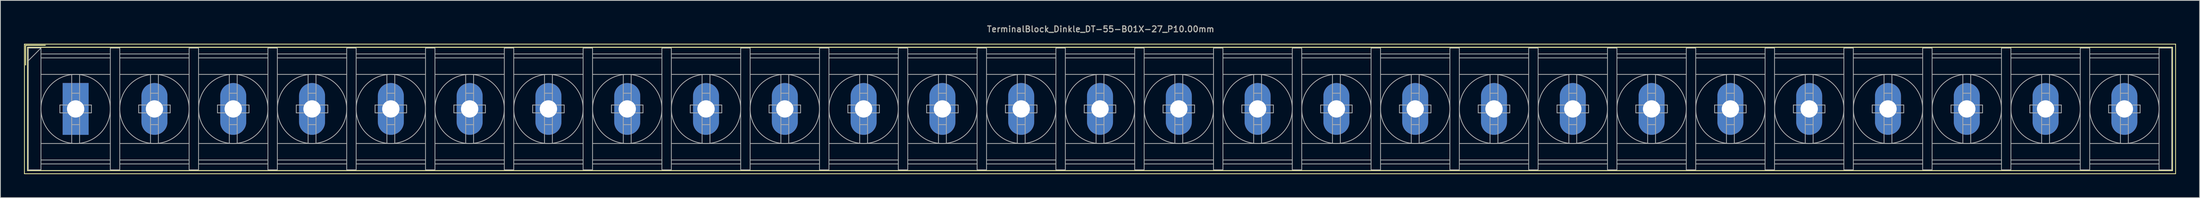
<source format=kicad_pcb>
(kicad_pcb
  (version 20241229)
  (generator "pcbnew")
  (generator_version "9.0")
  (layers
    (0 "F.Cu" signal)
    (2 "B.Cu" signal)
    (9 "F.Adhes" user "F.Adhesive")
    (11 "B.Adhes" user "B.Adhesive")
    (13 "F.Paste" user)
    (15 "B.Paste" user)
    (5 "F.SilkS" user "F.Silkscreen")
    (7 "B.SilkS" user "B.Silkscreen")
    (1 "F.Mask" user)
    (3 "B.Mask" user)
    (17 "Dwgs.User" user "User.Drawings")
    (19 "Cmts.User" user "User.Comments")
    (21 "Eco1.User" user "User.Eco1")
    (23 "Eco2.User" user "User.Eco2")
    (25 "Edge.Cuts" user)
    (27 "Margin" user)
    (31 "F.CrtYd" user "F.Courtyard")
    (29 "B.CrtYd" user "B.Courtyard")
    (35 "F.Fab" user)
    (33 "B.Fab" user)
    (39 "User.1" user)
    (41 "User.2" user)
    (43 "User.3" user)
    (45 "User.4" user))
  (footprint "TerminalBlock_Dinkle_DT-55-B01X-27_P10.00mm"
    (layer "F.Cu")
    (at 6.55 10.818)
    (property "Reference" "TerminalBlock_Dinkle_DT-55-B01X-27_P10.00mm" (at 130.08 -10.16 0) (layer "F.SilkS") (effects (font (size 0.75 0.75) (thickness 0.125))))
    (attr through_hole)
    (fp_line (start -6.5 -8.25) (end 266.5 -8.25) (stroke (width 0.1) (type solid)) (layer "F.SilkS"))
    (fp_line (start -6.5 8.25) (end -6.5 -8.25) (stroke (width 0.1) (type solid)) (layer "F.SilkS"))
    (fp_line (start -6.5 8.25) (end 266.5 8.25) (stroke (width 0.1) (type solid)) (layer "F.SilkS"))
    (fp_line (start -6.35 -8.1) (end -3.85 -8.1) (stroke (width 0.12) (type solid)) (layer "F.SilkS"))
    (fp_line (start -6.35 -5.6) (end -6.35 -8.1) (stroke (width 0.12) (type solid)) (layer "F.SilkS"))
    (fp_line (start -6.1 -7.85) (end 266.1 -7.85) (stroke (width 0.12) (type solid)) (layer "F.SilkS"))
    (fp_line (start -6.1 7.85) (end -6.1 -7.85) (stroke (width 0.12) (type solid)) (layer "F.SilkS"))
    (fp_line (start -6.1 7.85) (end 266.1 7.85) (stroke (width 0.12) (type solid)) (layer "F.SilkS"))
    (fp_line (start 266.1 -7.85) (end 266.1 7.85) (stroke (width 0.12) (type solid)) (layer "F.SilkS"))
    (fp_line (start 266.5 -8.25) (end 266.5 8.25) (stroke (width 0.1) (type solid)) (layer "F.SilkS"))
    (fp_line (start -6 -7.75) (end -6 7.75) (stroke (width 0.1) (type solid)) (layer "F.Fab"))
    (fp_line (start -6 -7.75) (end -4.4 -7.75) (stroke (width 0.1) (type solid)) (layer "F.Fab"))
    (fp_line (start -6 7.75) (end -4.4 7.75) (stroke (width 0.1) (type solid)) (layer "F.Fab"))
    (fp_line (start -4.4 -7.75) (end -6 -6.15) (stroke (width 0.1) (type solid)) (layer "F.Fab"))
    (fp_line (start -4.4 -7.75) (end -4.4 7.75) (stroke (width 0.1) (type solid)) (layer "F.Fab"))
    (fp_line (start -4.4 -7) (end 4.4 -7) (stroke (width 0.1) (type solid)) (layer "F.Fab"))
    (fp_line (start -4.4 -6.5) (end 4.4 -6.5) (stroke (width 0.1) (type solid)) (layer "F.Fab"))
    (fp_line (start -4.4 -4.4) (end 4.4 -4.4) (stroke (width 0.1) (type solid)) (layer "F.Fab"))
    (fp_line (start -4.4 4.4) (end 4.4 4.4) (stroke (width 0.1) (type solid)) (layer "F.Fab"))
    (fp_line (start -4.4 6.5) (end 4.4 6.5) (stroke (width 0.1) (type solid)) (layer "F.Fab"))
    (fp_line (start -4.4 7) (end 4.4 7) (stroke (width 0.1) (type solid)) (layer "F.Fab"))
    (fp_line (start -2 -0.5) (end -2 0.5) (stroke (width 0.1) (type solid)) (layer "F.Fab"))
    (fp_line (start -2 0.5) (end -0.5 0.5) (stroke (width 0.1) (type solid)) (layer "F.Fab"))
    (fp_line (start -0.5 -4.35) (end -0.5 -0.5) (stroke (width 0.1) (type solid)) (layer "F.Fab"))
    (fp_line (start -0.5 -2) (end 0.5 -2) (stroke (width 0.1) (type solid)) (layer "F.Fab"))
    (fp_line (start -0.5 -0.5) (end -2 -0.5) (stroke (width 0.1) (type solid)) (layer "F.Fab"))
    (fp_line (start -0.5 0.5) (end -0.5 4.35) (stroke (width 0.1) (type solid)) (layer "F.Fab"))
    (fp_line (start -0.5 2) (end 0.5 2) (stroke (width 0.1) (type solid)) (layer "F.Fab"))
    (fp_line (start 0.5 -4.35) (end 0.5 -0.5) (stroke (width 0.1) (type solid)) (layer "F.Fab"))
    (fp_line (start 0.5 -0.5) (end 2 -0.5) (stroke (width 0.1) (type solid)) (layer "F.Fab"))
    (fp_line (start 0.5 0.5) (end 0.5 4.35) (stroke (width 0.1) (type solid)) (layer "F.Fab"))
    (fp_line (start 2 -0.5) (end 2 0.5) (stroke (width 0.1) (type solid)) (layer "F.Fab"))
    (fp_line (start 2 0.5) (end 0.5 0.5) (stroke (width 0.1) (type solid)) (layer "F.Fab"))
    (fp_line (start 4.4 -7.75) (end 4.4 7.75) (stroke (width 0.1) (type solid)) (layer "F.Fab"))
    (fp_line (start 4.4 -7.75) (end 5.6 -7.75) (stroke (width 0.1) (type solid)) (layer "F.Fab"))
    (fp_line (start 4.4 7.75) (end 5.6 7.75) (stroke (width 0.1) (type solid)) (layer "F.Fab"))
    (fp_line (start 5.6 -7.75) (end 5.6 7.75) (stroke (width 0.1) (type solid)) (layer "F.Fab"))
    (fp_line (start 5.6 -7) (end 14.4 -7) (stroke (width 0.1) (type solid)) (layer "F.Fab"))
    (fp_line (start 5.6 -6.5) (end 14.4 -6.5) (stroke (width 0.1) (type solid)) (layer "F.Fab"))
    (fp_line (start 5.6 -4.4) (end 14.4 -4.4) (stroke (width 0.1) (type solid)) (layer "F.Fab"))
    (fp_line (start 5.6 4.4) (end 14.4 4.4) (stroke (width 0.1) (type solid)) (layer "F.Fab"))
    (fp_line (start 5.6 6.5) (end 14.4 6.5) (stroke (width 0.1) (type solid)) (layer "F.Fab"))
    (fp_line (start 5.6 7) (end 14.4 7) (stroke (width 0.1) (type solid)) (layer "F.Fab"))
    (fp_line (start 8 -0.5) (end 8 0.5) (stroke (width 0.1) (type solid)) (layer "F.Fab"))
    (fp_line (start 8 0.5) (end 9.5 0.5) (stroke (width 0.1) (type solid)) (layer "F.Fab"))
    (fp_line (start 9.5 -4.35) (end 9.5 -0.5) (stroke (width 0.1) (type solid)) (layer "F.Fab"))
    (fp_line (start 9.5 -2) (end 10.5 -2) (stroke (width 0.1) (type solid)) (layer "F.Fab"))
    (fp_line (start 9.5 -0.5) (end 8 -0.5) (stroke (width 0.1) (type solid)) (layer "F.Fab"))
    (fp_line (start 9.5 0.5) (end 9.5 4.35) (stroke (width 0.1) (type solid)) (layer "F.Fab"))
    (fp_line (start 9.5 2) (end 10.5 2) (stroke (width 0.1) (type solid)) (layer "F.Fab"))
    (fp_line (start 10.5 -4.35) (end 10.5 -0.5) (stroke (width 0.1) (type solid)) (layer "F.Fab"))
    (fp_line (start 10.5 -0.5) (end 12 -0.5) (stroke (width 0.1) (type solid)) (layer "F.Fab"))
    (fp_line (start 10.5 0.5) (end 10.5 4.35) (stroke (width 0.1) (type solid)) (layer "F.Fab"))
    (fp_line (start 12 -0.5) (end 12 0.5) (stroke (width 0.1) (type solid)) (layer "F.Fab"))
    (fp_line (start 12 0.5) (end 10.5 0.5) (stroke (width 0.1) (type solid)) (layer "F.Fab"))
    (fp_line (start 14.4 -7.75) (end 14.4 7.75) (stroke (width 0.1) (type solid)) (layer "F.Fab"))
    (fp_line (start 14.4 -7.75) (end 15.6 -7.75) (stroke (width 0.1) (type solid)) (layer "F.Fab"))
    (fp_line (start 14.4 7.75) (end 15.6 7.75) (stroke (width 0.1) (type solid)) (layer "F.Fab"))
    (fp_line (start 15.6 -7.75) (end 15.6 7.75) (stroke (width 0.1) (type solid)) (layer "F.Fab"))
    (fp_line (start 15.6 -7) (end 24.4 -7) (stroke (width 0.1) (type solid)) (layer "F.Fab"))
    (fp_line (start 15.6 -6.5) (end 24.4 -6.5) (stroke (width 0.1) (type solid)) (layer "F.Fab"))
    (fp_line (start 15.6 -4.4) (end 24.4 -4.4) (stroke (width 0.1) (type solid)) (layer "F.Fab"))
    (fp_line (start 15.6 4.4) (end 24.4 4.4) (stroke (width 0.1) (type solid)) (layer "F.Fab"))
    (fp_line (start 15.6 6.5) (end 24.4 6.5) (stroke (width 0.1) (type solid)) (layer "F.Fab"))
    (fp_line (start 15.6 7) (end 24.4 7) (stroke (width 0.1) (type solid)) (layer "F.Fab"))
    (fp_line (start 18 -0.5) (end 18 0.5) (stroke (width 0.1) (type solid)) (layer "F.Fab"))
    (fp_line (start 18 0.5) (end 19.5 0.5) (stroke (width 0.1) (type solid)) (layer "F.Fab"))
    (fp_line (start 19.5 -4.35) (end 19.5 -0.5) (stroke (width 0.1) (type solid)) (layer "F.Fab"))
    (fp_line (start 19.5 -2) (end 20.5 -2) (stroke (width 0.1) (type solid)) (layer "F.Fab"))
    (fp_line (start 19.5 -0.5) (end 18 -0.5) (stroke (width 0.1) (type solid)) (layer "F.Fab"))
    (fp_line (start 19.5 0.5) (end 19.5 4.35) (stroke (width 0.1) (type solid)) (layer "F.Fab"))
    (fp_line (start 19.5 2) (end 20.5 2) (stroke (width 0.1) (type solid)) (layer "F.Fab"))
    (fp_line (start 20.5 -4.35) (end 20.5 -0.5) (stroke (width 0.1) (type solid)) (layer "F.Fab"))
    (fp_line (start 20.5 -0.5) (end 22 -0.5) (stroke (width 0.1) (type solid)) (layer "F.Fab"))
    (fp_line (start 20.5 0.5) (end 20.5 4.35) (stroke (width 0.1) (type solid)) (layer "F.Fab"))
    (fp_line (start 22 -0.5) (end 22 0.5) (stroke (width 0.1) (type solid)) (layer "F.Fab"))
    (fp_line (start 22 0.5) (end 20.5 0.5) (stroke (width 0.1) (type solid)) (layer "F.Fab"))
    (fp_line (start 24.4 -7.75) (end 24.4 7.75) (stroke (width 0.1) (type solid)) (layer "F.Fab"))
    (fp_line (start 24.4 -7.75) (end 25.6 -7.75) (stroke (width 0.1) (type solid)) (layer "F.Fab"))
    (fp_line (start 24.4 7.75) (end 25.6 7.75) (stroke (width 0.1) (type solid)) (layer "F.Fab"))
    (fp_line (start 25.6 -7.75) (end 25.6 7.75) (stroke (width 0.1) (type solid)) (layer "F.Fab"))
    (fp_line (start 25.6 -7) (end 34.4 -7) (stroke (width 0.1) (type solid)) (layer "F.Fab"))
    (fp_line (start 25.6 -6.5) (end 34.4 -6.5) (stroke (width 0.1) (type solid)) (layer "F.Fab"))
    (fp_line (start 25.6 -4.4) (end 34.4 -4.4) (stroke (width 0.1) (type solid)) (layer "F.Fab"))
    (fp_line (start 25.6 4.4) (end 34.4 4.4) (stroke (width 0.1) (type solid)) (layer "F.Fab"))
    (fp_line (start 25.6 6.5) (end 34.4 6.5) (stroke (width 0.1) (type solid)) (layer "F.Fab"))
    (fp_line (start 25.6 7) (end 34.4 7) (stroke (width 0.1) (type solid)) (layer "F.Fab"))
    (fp_line (start 28 -0.5) (end 28 0.5) (stroke (width 0.1) (type solid)) (layer "F.Fab"))
    (fp_line (start 28 0.5) (end 29.5 0.5) (stroke (width 0.1) (type solid)) (layer "F.Fab"))
    (fp_line (start 29.5 -4.35) (end 29.5 -0.5) (stroke (width 0.1) (type solid)) (layer "F.Fab"))
    (fp_line (start 29.5 -2) (end 30.5 -2) (stroke (width 0.1) (type solid)) (layer "F.Fab"))
    (fp_line (start 29.5 -0.5) (end 28 -0.5) (stroke (width 0.1) (type solid)) (layer "F.Fab"))
    (fp_line (start 29.5 0.5) (end 29.5 4.35) (stroke (width 0.1) (type solid)) (layer "F.Fab"))
    (fp_line (start 29.5 2) (end 30.5 2) (stroke (width 0.1) (type solid)) (layer "F.Fab"))
    (fp_line (start 30.5 -4.35) (end 30.5 -0.5) (stroke (width 0.1) (type solid)) (layer "F.Fab"))
    (fp_line (start 30.5 -0.5) (end 32 -0.5) (stroke (width 0.1) (type solid)) (layer "F.Fab"))
    (fp_line (start 30.5 0.5) (end 30.5 4.35) (stroke (width 0.1) (type solid)) (layer "F.Fab"))
    (fp_line (start 32 -0.5) (end 32 0.5) (stroke (width 0.1) (type solid)) (layer "F.Fab"))
    (fp_line (start 32 0.5) (end 30.5 0.5) (stroke (width 0.1) (type solid)) (layer "F.Fab"))
    (fp_line (start 34.4 -7.75) (end 34.4 7.75) (stroke (width 0.1) (type solid)) (layer "F.Fab"))
    (fp_line (start 34.4 -7.75) (end 35.6 -7.75) (stroke (width 0.1) (type solid)) (layer "F.Fab"))
    (fp_line (start 34.4 7.75) (end 35.6 7.75) (stroke (width 0.1) (type solid)) (layer "F.Fab"))
    (fp_line (start 35.6 -7.75) (end 35.6 7.75) (stroke (width 0.1) (type solid)) (layer "F.Fab"))
    (fp_line (start 35.6 -7) (end 44.4 -7) (stroke (width 0.1) (type solid)) (layer "F.Fab"))
    (fp_line (start 35.6 -6.5) (end 44.4 -6.5) (stroke (width 0.1) (type solid)) (layer "F.Fab"))
    (fp_line (start 35.6 -4.4) (end 44.4 -4.4) (stroke (width 0.1) (type solid)) (layer "F.Fab"))
    (fp_line (start 35.6 4.4) (end 44.4 4.4) (stroke (width 0.1) (type solid)) (layer "F.Fab"))
    (fp_line (start 35.6 6.5) (end 44.4 6.5) (stroke (width 0.1) (type solid)) (layer "F.Fab"))
    (fp_line (start 35.6 7) (end 44.4 7) (stroke (width 0.1) (type solid)) (layer "F.Fab"))
    (fp_line (start 38 -0.5) (end 38 0.5) (stroke (width 0.1) (type solid)) (layer "F.Fab"))
    (fp_line (start 38 0.5) (end 39.5 0.5) (stroke (width 0.1) (type solid)) (layer "F.Fab"))
    (fp_line (start 39.5 -4.35) (end 39.5 -0.5) (stroke (width 0.1) (type solid)) (layer "F.Fab"))
    (fp_line (start 39.5 -2) (end 40.5 -2) (stroke (width 0.1) (type solid)) (layer "F.Fab"))
    (fp_line (start 39.5 -0.5) (end 38 -0.5) (stroke (width 0.1) (type solid)) (layer "F.Fab"))
    (fp_line (start 39.5 0.5) (end 39.5 4.35) (stroke (width 0.1) (type solid)) (layer "F.Fab"))
    (fp_line (start 39.5 2) (end 40.5 2) (stroke (width 0.1) (type solid)) (layer "F.Fab"))
    (fp_line (start 40.5 -4.35) (end 40.5 -0.5) (stroke (width 0.1) (type solid)) (layer "F.Fab"))
    (fp_line (start 40.5 -0.5) (end 42 -0.5) (stroke (width 0.1) (type solid)) (layer "F.Fab"))
    (fp_line (start 40.5 0.5) (end 40.5 4.35) (stroke (width 0.1) (type solid)) (layer "F.Fab"))
    (fp_line (start 42 -0.5) (end 42 0.5) (stroke (width 0.1) (type solid)) (layer "F.Fab"))
    (fp_line (start 42 0.5) (end 40.5 0.5) (stroke (width 0.1) (type solid)) (layer "F.Fab"))
    (fp_line (start 44.4 -7.75) (end 44.4 7.75) (stroke (width 0.1) (type solid)) (layer "F.Fab"))
    (fp_line (start 44.4 -7.75) (end 45.6 -7.75) (stroke (width 0.1) (type solid)) (layer "F.Fab"))
    (fp_line (start 44.4 7.75) (end 45.6 7.75) (stroke (width 0.1) (type solid)) (layer "F.Fab"))
    (fp_line (start 45.6 -7.75) (end 45.6 7.75) (stroke (width 0.1) (type solid)) (layer "F.Fab"))
    (fp_line (start 45.6 -7) (end 54.4 -7) (stroke (width 0.1) (type solid)) (layer "F.Fab"))
    (fp_line (start 45.6 -6.5) (end 54.4 -6.5) (stroke (width 0.1) (type solid)) (layer "F.Fab"))
    (fp_line (start 45.6 -4.4) (end 54.4 -4.4) (stroke (width 0.1) (type solid)) (layer "F.Fab"))
    (fp_line (start 45.6 4.4) (end 54.4 4.4) (stroke (width 0.1) (type solid)) (layer "F.Fab"))
    (fp_line (start 45.6 6.5) (end 54.4 6.5) (stroke (width 0.1) (type solid)) (layer "F.Fab"))
    (fp_line (start 45.6 7) (end 54.4 7) (stroke (width 0.1) (type solid)) (layer "F.Fab"))
    (fp_line (start 48 -0.5) (end 48 0.5) (stroke (width 0.1) (type solid)) (layer "F.Fab"))
    (fp_line (start 48 0.5) (end 49.5 0.5) (stroke (width 0.1) (type solid)) (layer "F.Fab"))
    (fp_line (start 49.5 -4.35) (end 49.5 -0.5) (stroke (width 0.1) (type solid)) (layer "F.Fab"))
    (fp_line (start 49.5 -2) (end 50.5 -2) (stroke (width 0.1) (type solid)) (layer "F.Fab"))
    (fp_line (start 49.5 -0.5) (end 48 -0.5) (stroke (width 0.1) (type solid)) (layer "F.Fab"))
    (fp_line (start 49.5 0.5) (end 49.5 4.35) (stroke (width 0.1) (type solid)) (layer "F.Fab"))
    (fp_line (start 49.5 2) (end 50.5 2) (stroke (width 0.1) (type solid)) (layer "F.Fab"))
    (fp_line (start 50.5 -4.35) (end 50.5 -0.5) (stroke (width 0.1) (type solid)) (layer "F.Fab"))
    (fp_line (start 50.5 -0.5) (end 52 -0.5) (stroke (width 0.1) (type solid)) (layer "F.Fab"))
    (fp_line (start 50.5 0.5) (end 50.5 4.35) (stroke (width 0.1) (type solid)) (layer "F.Fab"))
    (fp_line (start 52 -0.5) (end 52 0.5) (stroke (width 0.1) (type solid)) (layer "F.Fab"))
    (fp_line (start 52 0.5) (end 50.5 0.5) (stroke (width 0.1) (type solid)) (layer "F.Fab"))
    (fp_line (start 54.4 -7.75) (end 54.4 7.75) (stroke (width 0.1) (type solid)) (layer "F.Fab"))
    (fp_line (start 54.4 -7.75) (end 55.6 -7.75) (stroke (width 0.1) (type solid)) (layer "F.Fab"))
    (fp_line (start 54.4 7.75) (end 55.6 7.75) (stroke (width 0.1) (type solid)) (layer "F.Fab"))
    (fp_line (start 55.6 -7.75) (end 55.6 7.75) (stroke (width 0.1) (type solid)) (layer "F.Fab"))
    (fp_line (start 55.6 -7) (end 64.4 -7) (stroke (width 0.1) (type solid)) (layer "F.Fab"))
    (fp_line (start 55.6 -6.5) (end 64.4 -6.5) (stroke (width 0.1) (type solid)) (layer "F.Fab"))
    (fp_line (start 55.6 -4.4) (end 64.4 -4.4) (stroke (width 0.1) (type solid)) (layer "F.Fab"))
    (fp_line (start 55.6 4.4) (end 64.4 4.4) (stroke (width 0.1) (type solid)) (layer "F.Fab"))
    (fp_line (start 55.6 6.5) (end 64.4 6.5) (stroke (width 0.1) (type solid)) (layer "F.Fab"))
    (fp_line (start 55.6 7) (end 64.4 7) (stroke (width 0.1) (type solid)) (layer "F.Fab"))
    (fp_line (start 58 -0.5) (end 58 0.5) (stroke (width 0.1) (type solid)) (layer "F.Fab"))
    (fp_line (start 58 0.5) (end 59.5 0.5) (stroke (width 0.1) (type solid)) (layer "F.Fab"))
    (fp_line (start 59.5 -4.35) (end 59.5 -0.5) (stroke (width 0.1) (type solid)) (layer "F.Fab"))
    (fp_line (start 59.5 -2) (end 60.5 -2) (stroke (width 0.1) (type solid)) (layer "F.Fab"))
    (fp_line (start 59.5 -0.5) (end 58 -0.5) (stroke (width 0.1) (type solid)) (layer "F.Fab"))
    (fp_line (start 59.5 0.5) (end 59.5 4.35) (stroke (width 0.1) (type solid)) (layer "F.Fab"))
    (fp_line (start 59.5 2) (end 60.5 2) (stroke (width 0.1) (type solid)) (layer "F.Fab"))
    (fp_line (start 60.5 -4.35) (end 60.5 -0.5) (stroke (width 0.1) (type solid)) (layer "F.Fab"))
    (fp_line (start 60.5 -0.5) (end 62 -0.5) (stroke (width 0.1) (type solid)) (layer "F.Fab"))
    (fp_line (start 60.5 0.5) (end 60.5 4.35) (stroke (width 0.1) (type solid)) (layer "F.Fab"))
    (fp_line (start 62 -0.5) (end 62 0.5) (stroke (width 0.1) (type solid)) (layer "F.Fab"))
    (fp_line (start 62 0.5) (end 60.5 0.5) (stroke (width 0.1) (type solid)) (layer "F.Fab"))
    (fp_line (start 64.4 -7.75) (end 64.4 7.75) (stroke (width 0.1) (type solid)) (layer "F.Fab"))
    (fp_line (start 64.4 -7.75) (end 65.6 -7.75) (stroke (width 0.1) (type solid)) (layer "F.Fab"))
    (fp_line (start 64.4 7.75) (end 65.6 7.75) (stroke (width 0.1) (type solid)) (layer "F.Fab"))
    (fp_line (start 65.6 -7.75) (end 65.6 7.75) (stroke (width 0.1) (type solid)) (layer "F.Fab"))
    (fp_line (start 65.6 -7) (end 74.4 -7) (stroke (width 0.1) (type solid)) (layer "F.Fab"))
    (fp_line (start 65.6 -6.5) (end 74.4 -6.5) (stroke (width 0.1) (type solid)) (layer "F.Fab"))
    (fp_line (start 65.6 -4.4) (end 74.4 -4.4) (stroke (width 0.1) (type solid)) (layer "F.Fab"))
    (fp_line (start 65.6 4.4) (end 74.4 4.4) (stroke (width 0.1) (type solid)) (layer "F.Fab"))
    (fp_line (start 65.6 6.5) (end 74.4 6.5) (stroke (width 0.1) (type solid)) (layer "F.Fab"))
    (fp_line (start 65.6 7) (end 74.4 7) (stroke (width 0.1) (type solid)) (layer "F.Fab"))
    (fp_line (start 68 -0.5) (end 68 0.5) (stroke (width 0.1) (type solid)) (layer "F.Fab"))
    (fp_line (start 68 0.5) (end 69.5 0.5) (stroke (width 0.1) (type solid)) (layer "F.Fab"))
    (fp_line (start 69.5 -4.35) (end 69.5 -0.5) (stroke (width 0.1) (type solid)) (layer "F.Fab"))
    (fp_line (start 69.5 -2) (end 70.5 -2) (stroke (width 0.1) (type solid)) (layer "F.Fab"))
    (fp_line (start 69.5 -0.5) (end 68 -0.5) (stroke (width 0.1) (type solid)) (layer "F.Fab"))
    (fp_line (start 69.5 0.5) (end 69.5 4.35) (stroke (width 0.1) (type solid)) (layer "F.Fab"))
    (fp_line (start 69.5 2) (end 70.5 2) (stroke (width 0.1) (type solid)) (layer "F.Fab"))
    (fp_line (start 70.5 -4.35) (end 70.5 -0.5) (stroke (width 0.1) (type solid)) (layer "F.Fab"))
    (fp_line (start 70.5 -0.5) (end 72 -0.5) (stroke (width 0.1) (type solid)) (layer "F.Fab"))
    (fp_line (start 70.5 0.5) (end 70.5 4.35) (stroke (width 0.1) (type solid)) (layer "F.Fab"))
    (fp_line (start 72 -0.5) (end 72 0.5) (stroke (width 0.1) (type solid)) (layer "F.Fab"))
    (fp_line (start 72 0.5) (end 70.5 0.5) (stroke (width 0.1) (type solid)) (layer "F.Fab"))
    (fp_line (start 74.4 -7.75) (end 74.4 7.75) (stroke (width 0.1) (type solid)) (layer "F.Fab"))
    (fp_line (start 74.4 -7.75) (end 75.6 -7.75) (stroke (width 0.1) (type solid)) (layer "F.Fab"))
    (fp_line (start 74.4 7.75) (end 75.6 7.75) (stroke (width 0.1) (type solid)) (layer "F.Fab"))
    (fp_line (start 75.6 -7.75) (end 75.6 7.75) (stroke (width 0.1) (type solid)) (layer "F.Fab"))
    (fp_line (start 75.6 -7) (end 84.4 -7) (stroke (width 0.1) (type solid)) (layer "F.Fab"))
    (fp_line (start 75.6 -6.5) (end 84.4 -6.5) (stroke (width 0.1) (type solid)) (layer "F.Fab"))
    (fp_line (start 75.6 -4.4) (end 84.4 -4.4) (stroke (width 0.1) (type solid)) (layer "F.Fab"))
    (fp_line (start 75.6 4.4) (end 84.4 4.4) (stroke (width 0.1) (type solid)) (layer "F.Fab"))
    (fp_line (start 75.6 6.5) (end 84.4 6.5) (stroke (width 0.1) (type solid)) (layer "F.Fab"))
    (fp_line (start 75.6 7) (end 84.4 7) (stroke (width 0.1) (type solid)) (layer "F.Fab"))
    (fp_line (start 78 -0.5) (end 78 0.5) (stroke (width 0.1) (type solid)) (layer "F.Fab"))
    (fp_line (start 78 0.5) (end 79.5 0.5) (stroke (width 0.1) (type solid)) (layer "F.Fab"))
    (fp_line (start 79.5 -4.35) (end 79.5 -0.5) (stroke (width 0.1) (type solid)) (layer "F.Fab"))
    (fp_line (start 79.5 -2) (end 80.5 -2) (stroke (width 0.1) (type solid)) (layer "F.Fab"))
    (fp_line (start 79.5 -0.5) (end 78 -0.5) (stroke (width 0.1) (type solid)) (layer "F.Fab"))
    (fp_line (start 79.5 0.5) (end 79.5 4.35) (stroke (width 0.1) (type solid)) (layer "F.Fab"))
    (fp_line (start 79.5 2) (end 80.5 2) (stroke (width 0.1) (type solid)) (layer "F.Fab"))
    (fp_line (start 80.5 -4.35) (end 80.5 -0.5) (stroke (width 0.1) (type solid)) (layer "F.Fab"))
    (fp_line (start 80.5 -0.5) (end 82 -0.5) (stroke (width 0.1) (type solid)) (layer "F.Fab"))
    (fp_line (start 80.5 0.5) (end 80.5 4.35) (stroke (width 0.1) (type solid)) (layer "F.Fab"))
    (fp_line (start 82 -0.5) (end 82 0.5) (stroke (width 0.1) (type solid)) (layer "F.Fab"))
    (fp_line (start 82 0.5) (end 80.5 0.5) (stroke (width 0.1) (type solid)) (layer "F.Fab"))
    (fp_line (start 84.4 -7.75) (end 84.4 7.75) (stroke (width 0.1) (type solid)) (layer "F.Fab"))
    (fp_line (start 84.4 -7.75) (end 85.6 -7.75) (stroke (width 0.1) (type solid)) (layer "F.Fab"))
    (fp_line (start 84.4 7.75) (end 85.6 7.75) (stroke (width 0.1) (type solid)) (layer "F.Fab"))
    (fp_line (start 85.6 -7.75) (end 85.6 7.75) (stroke (width 0.1) (type solid)) (layer "F.Fab"))
    (fp_line (start 85.6 -7) (end 94.4 -7) (stroke (width 0.1) (type solid)) (layer "F.Fab"))
    (fp_line (start 85.6 -6.5) (end 94.4 -6.5) (stroke (width 0.1) (type solid)) (layer "F.Fab"))
    (fp_line (start 85.6 -4.4) (end 94.4 -4.4) (stroke (width 0.1) (type solid)) (layer "F.Fab"))
    (fp_line (start 85.6 4.4) (end 94.4 4.4) (stroke (width 0.1) (type solid)) (layer "F.Fab"))
    (fp_line (start 85.6 6.5) (end 94.4 6.5) (stroke (width 0.1) (type solid)) (layer "F.Fab"))
    (fp_line (start 85.6 7) (end 94.4 7) (stroke (width 0.1) (type solid)) (layer "F.Fab"))
    (fp_line (start 88 -0.5) (end 88 0.5) (stroke (width 0.1) (type solid)) (layer "F.Fab"))
    (fp_line (start 88 0.5) (end 89.5 0.5) (stroke (width 0.1) (type solid)) (layer "F.Fab"))
    (fp_line (start 89.5 -4.35) (end 89.5 -0.5) (stroke (width 0.1) (type solid)) (layer "F.Fab"))
    (fp_line (start 89.5 -2) (end 90.5 -2) (stroke (width 0.1) (type solid)) (layer "F.Fab"))
    (fp_line (start 89.5 -0.5) (end 88 -0.5) (stroke (width 0.1) (type solid)) (layer "F.Fab"))
    (fp_line (start 89.5 0.5) (end 89.5 4.35) (stroke (width 0.1) (type solid)) (layer "F.Fab"))
    (fp_line (start 89.5 2) (end 90.5 2) (stroke (width 0.1) (type solid)) (layer "F.Fab"))
    (fp_line (start 90.5 -4.35) (end 90.5 -0.5) (stroke (width 0.1) (type solid)) (layer "F.Fab"))
    (fp_line (start 90.5 -0.5) (end 92 -0.5) (stroke (width 0.1) (type solid)) (layer "F.Fab"))
    (fp_line (start 90.5 0.5) (end 90.5 4.35) (stroke (width 0.1) (type solid)) (layer "F.Fab"))
    (fp_line (start 92 -0.5) (end 92 0.5) (stroke (width 0.1) (type solid)) (layer "F.Fab"))
    (fp_line (start 92 0.5) (end 90.5 0.5) (stroke (width 0.1) (type solid)) (layer "F.Fab"))
    (fp_line (start 94.4 -7.75) (end 94.4 7.75) (stroke (width 0.1) (type solid)) (layer "F.Fab"))
    (fp_line (start 94.4 -7.75) (end 95.6 -7.75) (stroke (width 0.1) (type solid)) (layer "F.Fab"))
    (fp_line (start 94.4 7.75) (end 95.6 7.75) (stroke (width 0.1) (type solid)) (layer "F.Fab"))
    (fp_line (start 95.6 -7.75) (end 95.6 7.75) (stroke (width 0.1) (type solid)) (layer "F.Fab"))
    (fp_line (start 95.6 -7) (end 104.4 -7) (stroke (width 0.1) (type solid)) (layer "F.Fab"))
    (fp_line (start 95.6 -6.5) (end 104.4 -6.5) (stroke (width 0.1) (type solid)) (layer "F.Fab"))
    (fp_line (start 95.6 -4.4) (end 104.4 -4.4) (stroke (width 0.1) (type solid)) (layer "F.Fab"))
    (fp_line (start 95.6 4.4) (end 104.4 4.4) (stroke (width 0.1) (type solid)) (layer "F.Fab"))
    (fp_line (start 95.6 6.5) (end 104.4 6.5) (stroke (width 0.1) (type solid)) (layer "F.Fab"))
    (fp_line (start 95.6 7) (end 104.4 7) (stroke (width 0.1) (type solid)) (layer "F.Fab"))
    (fp_line (start 98 -0.5) (end 98 0.5) (stroke (width 0.1) (type solid)) (layer "F.Fab"))
    (fp_line (start 98 0.5) (end 99.5 0.5) (stroke (width 0.1) (type solid)) (layer "F.Fab"))
    (fp_line (start 99.5 -4.35) (end 99.5 -0.5) (stroke (width 0.1) (type solid)) (layer "F.Fab"))
    (fp_line (start 99.5 -2) (end 100.5 -2) (stroke (width 0.1) (type solid)) (layer "F.Fab"))
    (fp_line (start 99.5 -0.5) (end 98 -0.5) (stroke (width 0.1) (type solid)) (layer "F.Fab"))
    (fp_line (start 99.5 0.5) (end 99.5 4.35) (stroke (width 0.1) (type solid)) (layer "F.Fab"))
    (fp_line (start 99.5 2) (end 100.5 2) (stroke (width 0.1) (type solid)) (layer "F.Fab"))
    (fp_line (start 100.5 -4.35) (end 100.5 -0.5) (stroke (width 0.1) (type solid)) (layer "F.Fab"))
    (fp_line (start 100.5 -0.5) (end 102 -0.5) (stroke (width 0.1) (type solid)) (layer "F.Fab"))
    (fp_line (start 100.5 0.5) (end 100.5 4.35) (stroke (width 0.1) (type solid)) (layer "F.Fab"))
    (fp_line (start 102 -0.5) (end 102 0.5) (stroke (width 0.1) (type solid)) (layer "F.Fab"))
    (fp_line (start 102 0.5) (end 100.5 0.5) (stroke (width 0.1) (type solid)) (layer "F.Fab"))
    (fp_line (start 104.4 -7.75) (end 104.4 7.75) (stroke (width 0.1) (type solid)) (layer "F.Fab"))
    (fp_line (start 104.4 -7.75) (end 105.6 -7.75) (stroke (width 0.1) (type solid)) (layer "F.Fab"))
    (fp_line (start 104.4 7.75) (end 105.6 7.75) (stroke (width 0.1) (type solid)) (layer "F.Fab"))
    (fp_line (start 105.6 -7.75) (end 105.6 7.75) (stroke (width 0.1) (type solid)) (layer "F.Fab"))
    (fp_line (start 105.6 -7) (end 114.4 -7) (stroke (width 0.1) (type solid)) (layer "F.Fab"))
    (fp_line (start 105.6 -6.5) (end 114.4 -6.5) (stroke (width 0.1) (type solid)) (layer "F.Fab"))
    (fp_line (start 105.6 -4.4) (end 114.4 -4.4) (stroke (width 0.1) (type solid)) (layer "F.Fab"))
    (fp_line (start 105.6 4.4) (end 114.4 4.4) (stroke (width 0.1) (type solid)) (layer "F.Fab"))
    (fp_line (start 105.6 6.5) (end 114.4 6.5) (stroke (width 0.1) (type solid)) (layer "F.Fab"))
    (fp_line (start 105.6 7) (end 114.4 7) (stroke (width 0.1) (type solid)) (layer "F.Fab"))
    (fp_line (start 108 -0.5) (end 108 0.5) (stroke (width 0.1) (type solid)) (layer "F.Fab"))
    (fp_line (start 108 0.5) (end 109.5 0.5) (stroke (width 0.1) (type solid)) (layer "F.Fab"))
    (fp_line (start 109.5 -4.35) (end 109.5 -0.5) (stroke (width 0.1) (type solid)) (layer "F.Fab"))
    (fp_line (start 109.5 -2) (end 110.5 -2) (stroke (width 0.1) (type solid)) (layer "F.Fab"))
    (fp_line (start 109.5 -0.5) (end 108 -0.5) (stroke (width 0.1) (type solid)) (layer "F.Fab"))
    (fp_line (start 109.5 0.5) (end 109.5 4.35) (stroke (width 0.1) (type solid)) (layer "F.Fab"))
    (fp_line (start 109.5 2) (end 110.5 2) (stroke (width 0.1) (type solid)) (layer "F.Fab"))
    (fp_line (start 110.5 -4.35) (end 110.5 -0.5) (stroke (width 0.1) (type solid)) (layer "F.Fab"))
    (fp_line (start 110.5 -0.5) (end 112 -0.5) (stroke (width 0.1) (type solid)) (layer "F.Fab"))
    (fp_line (start 110.5 0.5) (end 110.5 4.35) (stroke (width 0.1) (type solid)) (layer "F.Fab"))
    (fp_line (start 112 -0.5) (end 112 0.5) (stroke (width 0.1) (type solid)) (layer "F.Fab"))
    (fp_line (start 112 0.5) (end 110.5 0.5) (stroke (width 0.1) (type solid)) (layer "F.Fab"))
    (fp_line (start 114.4 -7.75) (end 114.4 7.75) (stroke (width 0.1) (type solid)) (layer "F.Fab"))
    (fp_line (start 114.4 -7.75) (end 115.6 -7.75) (stroke (width 0.1) (type solid)) (layer "F.Fab"))
    (fp_line (start 114.4 7.75) (end 115.6 7.75) (stroke (width 0.1) (type solid)) (layer "F.Fab"))
    (fp_line (start 115.6 -7.75) (end 115.6 7.75) (stroke (width 0.1) (type solid)) (layer "F.Fab"))
    (fp_line (start 115.6 -7) (end 124.4 -7) (stroke (width 0.1) (type solid)) (layer "F.Fab"))
    (fp_line (start 115.6 -6.5) (end 124.4 -6.5) (stroke (width 0.1) (type solid)) (layer "F.Fab"))
    (fp_line (start 115.6 -4.4) (end 124.4 -4.4) (stroke (width 0.1) (type solid)) (layer "F.Fab"))
    (fp_line (start 115.6 4.4) (end 124.4 4.4) (stroke (width 0.1) (type solid)) (layer "F.Fab"))
    (fp_line (start 115.6 6.5) (end 124.4 6.5) (stroke (width 0.1) (type solid)) (layer "F.Fab"))
    (fp_line (start 115.6 7) (end 124.4 7) (stroke (width 0.1) (type solid)) (layer "F.Fab"))
    (fp_line (start 118 -0.5) (end 118 0.5) (stroke (width 0.1) (type solid)) (layer "F.Fab"))
    (fp_line (start 118 0.5) (end 119.5 0.5) (stroke (width 0.1) (type solid)) (layer "F.Fab"))
    (fp_line (start 119.5 -4.35) (end 119.5 -0.5) (stroke (width 0.1) (type solid)) (layer "F.Fab"))
    (fp_line (start 119.5 -2) (end 120.5 -2) (stroke (width 0.1) (type solid)) (layer "F.Fab"))
    (fp_line (start 119.5 -0.5) (end 118 -0.5) (stroke (width 0.1) (type solid)) (layer "F.Fab"))
    (fp_line (start 119.5 0.5) (end 119.5 4.35) (stroke (width 0.1) (type solid)) (layer "F.Fab"))
    (fp_line (start 119.5 2) (end 120.5 2) (stroke (width 0.1) (type solid)) (layer "F.Fab"))
    (fp_line (start 120.5 -4.35) (end 120.5 -0.5) (stroke (width 0.1) (type solid)) (layer "F.Fab"))
    (fp_line (start 120.5 -0.5) (end 122 -0.5) (stroke (width 0.1) (type solid)) (layer "F.Fab"))
    (fp_line (start 120.5 0.5) (end 120.5 4.35) (stroke (width 0.1) (type solid)) (layer "F.Fab"))
    (fp_line (start 122 -0.5) (end 122 0.5) (stroke (width 0.1) (type solid)) (layer "F.Fab"))
    (fp_line (start 122 0.5) (end 120.5 0.5) (stroke (width 0.1) (type solid)) (layer "F.Fab"))
    (fp_line (start 124.4 -7.75) (end 124.4 7.75) (stroke (width 0.1) (type solid)) (layer "F.Fab"))
    (fp_line (start 124.4 -7.75) (end 125.6 -7.75) (stroke (width 0.1) (type solid)) (layer "F.Fab"))
    (fp_line (start 124.4 7.75) (end 125.6 7.75) (stroke (width 0.1) (type solid)) (layer "F.Fab"))
    (fp_line (start 125.6 -7.75) (end 125.6 7.75) (stroke (width 0.1) (type solid)) (layer "F.Fab"))
    (fp_line (start 125.6 -7) (end 134.4 -7) (stroke (width 0.1) (type solid)) (layer "F.Fab"))
    (fp_line (start 125.6 -6.5) (end 134.4 -6.5) (stroke (width 0.1) (type solid)) (layer "F.Fab"))
    (fp_line (start 125.6 -4.4) (end 134.4 -4.4) (stroke (width 0.1) (type solid)) (layer "F.Fab"))
    (fp_line (start 125.6 4.4) (end 134.4 4.4) (stroke (width 0.1) (type solid)) (layer "F.Fab"))
    (fp_line (start 125.6 6.5) (end 134.4 6.5) (stroke (width 0.1) (type solid)) (layer "F.Fab"))
    (fp_line (start 125.6 7) (end 134.4 7) (stroke (width 0.1) (type solid)) (layer "F.Fab"))
    (fp_line (start 128 -0.5) (end 128 0.5) (stroke (width 0.1) (type solid)) (layer "F.Fab"))
    (fp_line (start 128 0.5) (end 129.5 0.5) (stroke (width 0.1) (type solid)) (layer "F.Fab"))
    (fp_line (start 129.5 -4.35) (end 129.5 -0.5) (stroke (width 0.1) (type solid)) (layer "F.Fab"))
    (fp_line (start 129.5 -2) (end 130.5 -2) (stroke (width 0.1) (type solid)) (layer "F.Fab"))
    (fp_line (start 129.5 -0.5) (end 128 -0.5) (stroke (width 0.1) (type solid)) (layer "F.Fab"))
    (fp_line (start 129.5 0.5) (end 129.5 4.35) (stroke (width 0.1) (type solid)) (layer "F.Fab"))
    (fp_line (start 129.5 2) (end 130.5 2) (stroke (width 0.1) (type solid)) (layer "F.Fab"))
    (fp_line (start 130.5 -4.35) (end 130.5 -0.5) (stroke (width 0.1) (type solid)) (layer "F.Fab"))
    (fp_line (start 130.5 -0.5) (end 132 -0.5) (stroke (width 0.1) (type solid)) (layer "F.Fab"))
    (fp_line (start 130.5 0.5) (end 130.5 4.35) (stroke (width 0.1) (type solid)) (layer "F.Fab"))
    (fp_line (start 132 -0.5) (end 132 0.5) (stroke (width 0.1) (type solid)) (layer "F.Fab"))
    (fp_line (start 132 0.5) (end 130.5 0.5) (stroke (width 0.1) (type solid)) (layer "F.Fab"))
    (fp_line (start 134.4 -7.75) (end 134.4 7.75) (stroke (width 0.1) (type solid)) (layer "F.Fab"))
    (fp_line (start 134.4 -7.75) (end 135.6 -7.75) (stroke (width 0.1) (type solid)) (layer "F.Fab"))
    (fp_line (start 134.4 7.75) (end 135.6 7.75) (stroke (width 0.1) (type solid)) (layer "F.Fab"))
    (fp_line (start 135.6 -7.75) (end 135.6 7.75) (stroke (width 0.1) (type solid)) (layer "F.Fab"))
    (fp_line (start 135.6 -7) (end 144.4 -7) (stroke (width 0.1) (type solid)) (layer "F.Fab"))
    (fp_line (start 135.6 -6.5) (end 144.4 -6.5) (stroke (width 0.1) (type solid)) (layer "F.Fab"))
    (fp_line (start 135.6 -4.4) (end 144.4 -4.4) (stroke (width 0.1) (type solid)) (layer "F.Fab"))
    (fp_line (start 135.6 4.4) (end 144.4 4.4) (stroke (width 0.1) (type solid)) (layer "F.Fab"))
    (fp_line (start 135.6 6.5) (end 144.4 6.5) (stroke (width 0.1) (type solid)) (layer "F.Fab"))
    (fp_line (start 135.6 7) (end 144.4 7) (stroke (width 0.1) (type solid)) (layer "F.Fab"))
    (fp_line (start 138 -0.5) (end 138 0.5) (stroke (width 0.1) (type solid)) (layer "F.Fab"))
    (fp_line (start 138 0.5) (end 139.5 0.5) (stroke (width 0.1) (type solid)) (layer "F.Fab"))
    (fp_line (start 139.5 -4.35) (end 139.5 -0.5) (stroke (width 0.1) (type solid)) (layer "F.Fab"))
    (fp_line (start 139.5 -2) (end 140.5 -2) (stroke (width 0.1) (type solid)) (layer "F.Fab"))
    (fp_line (start 139.5 -0.5) (end 138 -0.5) (stroke (width 0.1) (type solid)) (layer "F.Fab"))
    (fp_line (start 139.5 0.5) (end 139.5 4.35) (stroke (width 0.1) (type solid)) (layer "F.Fab"))
    (fp_line (start 139.5 2) (end 140.5 2) (stroke (width 0.1) (type solid)) (layer "F.Fab"))
    (fp_line (start 140.5 -4.35) (end 140.5 -0.5) (stroke (width 0.1) (type solid)) (layer "F.Fab"))
    (fp_line (start 140.5 -0.5) (end 142 -0.5) (stroke (width 0.1) (type solid)) (layer "F.Fab"))
    (fp_line (start 140.5 0.5) (end 140.5 4.35) (stroke (width 0.1) (type solid)) (layer "F.Fab"))
    (fp_line (start 142 -0.5) (end 142 0.5) (stroke (width 0.1) (type solid)) (layer "F.Fab"))
    (fp_line (start 142 0.5) (end 140.5 0.5) (stroke (width 0.1) (type solid)) (layer "F.Fab"))
    (fp_line (start 144.4 -7.75) (end 144.4 7.75) (stroke (width 0.1) (type solid)) (layer "F.Fab"))
    (fp_line (start 144.4 -7.75) (end 145.6 -7.75) (stroke (width 0.1) (type solid)) (layer "F.Fab"))
    (fp_line (start 144.4 7.75) (end 145.6 7.75) (stroke (width 0.1) (type solid)) (layer "F.Fab"))
    (fp_line (start 145.6 -7.75) (end 145.6 7.75) (stroke (width 0.1) (type solid)) (layer "F.Fab"))
    (fp_line (start 145.6 -7) (end 154.4 -7) (stroke (width 0.1) (type solid)) (layer "F.Fab"))
    (fp_line (start 145.6 -6.5) (end 154.4 -6.5) (stroke (width 0.1) (type solid)) (layer "F.Fab"))
    (fp_line (start 145.6 -4.4) (end 154.4 -4.4) (stroke (width 0.1) (type solid)) (layer "F.Fab"))
    (fp_line (start 145.6 4.4) (end 154.4 4.4) (stroke (width 0.1) (type solid)) (layer "F.Fab"))
    (fp_line (start 145.6 6.5) (end 154.4 6.5) (stroke (width 0.1) (type solid)) (layer "F.Fab"))
    (fp_line (start 145.6 7) (end 154.4 7) (stroke (width 0.1) (type solid)) (layer "F.Fab"))
    (fp_line (start 148 -0.5) (end 148 0.5) (stroke (width 0.1) (type solid)) (layer "F.Fab"))
    (fp_line (start 148 0.5) (end 149.5 0.5) (stroke (width 0.1) (type solid)) (layer "F.Fab"))
    (fp_line (start 149.5 -4.35) (end 149.5 -0.5) (stroke (width 0.1) (type solid)) (layer "F.Fab"))
    (fp_line (start 149.5 -2) (end 150.5 -2) (stroke (width 0.1) (type solid)) (layer "F.Fab"))
    (fp_line (start 149.5 -0.5) (end 148 -0.5) (stroke (width 0.1) (type solid)) (layer "F.Fab"))
    (fp_line (start 149.5 0.5) (end 149.5 4.35) (stroke (width 0.1) (type solid)) (layer "F.Fab"))
    (fp_line (start 149.5 2) (end 150.5 2) (stroke (width 0.1) (type solid)) (layer "F.Fab"))
    (fp_line (start 150.5 -4.35) (end 150.5 -0.5) (stroke (width 0.1) (type solid)) (layer "F.Fab"))
    (fp_line (start 150.5 -0.5) (end 152 -0.5) (stroke (width 0.1) (type solid)) (layer "F.Fab"))
    (fp_line (start 150.5 0.5) (end 150.5 4.35) (stroke (width 0.1) (type solid)) (layer "F.Fab"))
    (fp_line (start 152 -0.5) (end 152 0.5) (stroke (width 0.1) (type solid)) (layer "F.Fab"))
    (fp_line (start 152 0.5) (end 150.5 0.5) (stroke (width 0.1) (type solid)) (layer "F.Fab"))
    (fp_line (start 154.4 -7.75) (end 154.4 7.75) (stroke (width 0.1) (type solid)) (layer "F.Fab"))
    (fp_line (start 154.4 -7.75) (end 155.6 -7.75) (stroke (width 0.1) (type solid)) (layer "F.Fab"))
    (fp_line (start 154.4 7.75) (end 155.6 7.75) (stroke (width 0.1) (type solid)) (layer "F.Fab"))
    (fp_line (start 155.6 -7.75) (end 155.6 7.75) (stroke (width 0.1) (type solid)) (layer "F.Fab"))
    (fp_line (start 155.6 -7) (end 164.4 -7) (stroke (width 0.1) (type solid)) (layer "F.Fab"))
    (fp_line (start 155.6 -6.5) (end 164.4 -6.5) (stroke (width 0.1) (type solid)) (layer "F.Fab"))
    (fp_line (start 155.6 -4.4) (end 164.4 -4.4) (stroke (width 0.1) (type solid)) (layer "F.Fab"))
    (fp_line (start 155.6 4.4) (end 164.4 4.4) (stroke (width 0.1) (type solid)) (layer "F.Fab"))
    (fp_line (start 155.6 6.5) (end 164.4 6.5) (stroke (width 0.1) (type solid)) (layer "F.Fab"))
    (fp_line (start 155.6 7) (end 164.4 7) (stroke (width 0.1) (type solid)) (layer "F.Fab"))
    (fp_line (start 158 -0.5) (end 158 0.5) (stroke (width 0.1) (type solid)) (layer "F.Fab"))
    (fp_line (start 158 0.5) (end 159.5 0.5) (stroke (width 0.1) (type solid)) (layer "F.Fab"))
    (fp_line (start 159.5 -4.35) (end 159.5 -0.5) (stroke (width 0.1) (type solid)) (layer "F.Fab"))
    (fp_line (start 159.5 -2) (end 160.5 -2) (stroke (width 0.1) (type solid)) (layer "F.Fab"))
    (fp_line (start 159.5 -0.5) (end 158 -0.5) (stroke (width 0.1) (type solid)) (layer "F.Fab"))
    (fp_line (start 159.5 0.5) (end 159.5 4.35) (stroke (width 0.1) (type solid)) (layer "F.Fab"))
    (fp_line (start 159.5 2) (end 160.5 2) (stroke (width 0.1) (type solid)) (layer "F.Fab"))
    (fp_line (start 160.5 -4.35) (end 160.5 -0.5) (stroke (width 0.1) (type solid)) (layer "F.Fab"))
    (fp_line (start 160.5 -0.5) (end 162 -0.5) (stroke (width 0.1) (type solid)) (layer "F.Fab"))
    (fp_line (start 160.5 0.5) (end 160.5 4.35) (stroke (width 0.1) (type solid)) (layer "F.Fab"))
    (fp_line (start 162 -0.5) (end 162 0.5) (stroke (width 0.1) (type solid)) (layer "F.Fab"))
    (fp_line (start 162 0.5) (end 160.5 0.5) (stroke (width 0.1) (type solid)) (layer "F.Fab"))
    (fp_line (start 164.4 -7.75) (end 164.4 7.75) (stroke (width 0.1) (type solid)) (layer "F.Fab"))
    (fp_line (start 164.4 -7.75) (end 165.6 -7.75) (stroke (width 0.1) (type solid)) (layer "F.Fab"))
    (fp_line (start 164.4 7.75) (end 165.6 7.75) (stroke (width 0.1) (type solid)) (layer "F.Fab"))
    (fp_line (start 165.6 -7.75) (end 165.6 7.75) (stroke (width 0.1) (type solid)) (layer "F.Fab"))
    (fp_line (start 165.6 -7) (end 174.4 -7) (stroke (width 0.1) (type solid)) (layer "F.Fab"))
    (fp_line (start 165.6 -6.5) (end 174.4 -6.5) (stroke (width 0.1) (type solid)) (layer "F.Fab"))
    (fp_line (start 165.6 -4.4) (end 174.4 -4.4) (stroke (width 0.1) (type solid)) (layer "F.Fab"))
    (fp_line (start 165.6 4.4) (end 174.4 4.4) (stroke (width 0.1) (type solid)) (layer "F.Fab"))
    (fp_line (start 165.6 6.5) (end 174.4 6.5) (stroke (width 0.1) (type solid)) (layer "F.Fab"))
    (fp_line (start 165.6 7) (end 174.4 7) (stroke (width 0.1) (type solid)) (layer "F.Fab"))
    (fp_line (start 168 -0.5) (end 168 0.5) (stroke (width 0.1) (type solid)) (layer "F.Fab"))
    (fp_line (start 168 0.5) (end 169.5 0.5) (stroke (width 0.1) (type solid)) (layer "F.Fab"))
    (fp_line (start 169.5 -4.35) (end 169.5 -0.5) (stroke (width 0.1) (type solid)) (layer "F.Fab"))
    (fp_line (start 169.5 -2) (end 170.5 -2) (stroke (width 0.1) (type solid)) (layer "F.Fab"))
    (fp_line (start 169.5 -0.5) (end 168 -0.5) (stroke (width 0.1) (type solid)) (layer "F.Fab"))
    (fp_line (start 169.5 0.5) (end 169.5 4.35) (stroke (width 0.1) (type solid)) (layer "F.Fab"))
    (fp_line (start 169.5 2) (end 170.5 2) (stroke (width 0.1) (type solid)) (layer "F.Fab"))
    (fp_line (start 170.5 -4.35) (end 170.5 -0.5) (stroke (width 0.1) (type solid)) (layer "F.Fab"))
    (fp_line (start 170.5 -0.5) (end 172 -0.5) (stroke (width 0.1) (type solid)) (layer "F.Fab"))
    (fp_line (start 170.5 0.5) (end 170.5 4.35) (stroke (width 0.1) (type solid)) (layer "F.Fab"))
    (fp_line (start 172 -0.5) (end 172 0.5) (stroke (width 0.1) (type solid)) (layer "F.Fab"))
    (fp_line (start 172 0.5) (end 170.5 0.5) (stroke (width 0.1) (type solid)) (layer "F.Fab"))
    (fp_line (start 174.4 -7.75) (end 174.4 7.75) (stroke (width 0.1) (type solid)) (layer "F.Fab"))
    (fp_line (start 174.4 -7.75) (end 175.6 -7.75) (stroke (width 0.1) (type solid)) (layer "F.Fab"))
    (fp_line (start 174.4 7.75) (end 175.6 7.75) (stroke (width 0.1) (type solid)) (layer "F.Fab"))
    (fp_line (start 175.6 -7.75) (end 175.6 7.75) (stroke (width 0.1) (type solid)) (layer "F.Fab"))
    (fp_line (start 175.6 -7) (end 184.4 -7) (stroke (width 0.1) (type solid)) (layer "F.Fab"))
    (fp_line (start 175.6 -6.5) (end 184.4 -6.5) (stroke (width 0.1) (type solid)) (layer "F.Fab"))
    (fp_line (start 175.6 -4.4) (end 184.4 -4.4) (stroke (width 0.1) (type solid)) (layer "F.Fab"))
    (fp_line (start 175.6 4.4) (end 184.4 4.4) (stroke (width 0.1) (type solid)) (layer "F.Fab"))
    (fp_line (start 175.6 6.5) (end 184.4 6.5) (stroke (width 0.1) (type solid)) (layer "F.Fab"))
    (fp_line (start 175.6 7) (end 184.4 7) (stroke (width 0.1) (type solid)) (layer "F.Fab"))
    (fp_line (start 178 -0.5) (end 178 0.5) (stroke (width 0.1) (type solid)) (layer "F.Fab"))
    (fp_line (start 178 0.5) (end 179.5 0.5) (stroke (width 0.1) (type solid)) (layer "F.Fab"))
    (fp_line (start 179.5 -4.35) (end 179.5 -0.5) (stroke (width 0.1) (type solid)) (layer "F.Fab"))
    (fp_line (start 179.5 -2) (end 180.5 -2) (stroke (width 0.1) (type solid)) (layer "F.Fab"))
    (fp_line (start 179.5 -0.5) (end 178 -0.5) (stroke (width 0.1) (type solid)) (layer "F.Fab"))
    (fp_line (start 179.5 0.5) (end 179.5 4.35) (stroke (width 0.1) (type solid)) (layer "F.Fab"))
    (fp_line (start 179.5 2) (end 180.5 2) (stroke (width 0.1) (type solid)) (layer "F.Fab"))
    (fp_line (start 180.5 -4.35) (end 180.5 -0.5) (stroke (width 0.1) (type solid)) (layer "F.Fab"))
    (fp_line (start 180.5 -0.5) (end 182 -0.5) (stroke (width 0.1) (type solid)) (layer "F.Fab"))
    (fp_line (start 180.5 0.5) (end 180.5 4.35) (stroke (width 0.1) (type solid)) (layer "F.Fab"))
    (fp_line (start 182 -0.5) (end 182 0.5) (stroke (width 0.1) (type solid)) (layer "F.Fab"))
    (fp_line (start 182 0.5) (end 180.5 0.5) (stroke (width 0.1) (type solid)) (layer "F.Fab"))
    (fp_line (start 184.4 -7.75) (end 184.4 7.75) (stroke (width 0.1) (type solid)) (layer "F.Fab"))
    (fp_line (start 184.4 -7.75) (end 185.6 -7.75) (stroke (width 0.1) (type solid)) (layer "F.Fab"))
    (fp_line (start 184.4 7.75) (end 185.6 7.75) (stroke (width 0.1) (type solid)) (layer "F.Fab"))
    (fp_line (start 185.6 -7.75) (end 185.6 7.75) (stroke (width 0.1) (type solid)) (layer "F.Fab"))
    (fp_line (start 185.6 -7) (end 194.4 -7) (stroke (width 0.1) (type solid)) (layer "F.Fab"))
    (fp_line (start 185.6 -6.5) (end 194.4 -6.5) (stroke (width 0.1) (type solid)) (layer "F.Fab"))
    (fp_line (start 185.6 -4.4) (end 194.4 -4.4) (stroke (width 0.1) (type solid)) (layer "F.Fab"))
    (fp_line (start 185.6 4.4) (end 194.4 4.4) (stroke (width 0.1) (type solid)) (layer "F.Fab"))
    (fp_line (start 185.6 6.5) (end 194.4 6.5) (stroke (width 0.1) (type solid)) (layer "F.Fab"))
    (fp_line (start 185.6 7) (end 194.4 7) (stroke (width 0.1) (type solid)) (layer "F.Fab"))
    (fp_line (start 188 -0.5) (end 188 0.5) (stroke (width 0.1) (type solid)) (layer "F.Fab"))
    (fp_line (start 188 0.5) (end 189.5 0.5) (stroke (width 0.1) (type solid)) (layer "F.Fab"))
    (fp_line (start 189.5 -4.35) (end 189.5 -0.5) (stroke (width 0.1) (type solid)) (layer "F.Fab"))
    (fp_line (start 189.5 -2) (end 190.5 -2) (stroke (width 0.1) (type solid)) (layer "F.Fab"))
    (fp_line (start 189.5 -0.5) (end 188 -0.5) (stroke (width 0.1) (type solid)) (layer "F.Fab"))
    (fp_line (start 189.5 0.5) (end 189.5 4.35) (stroke (width 0.1) (type solid)) (layer "F.Fab"))
    (fp_line (start 189.5 2) (end 190.5 2) (stroke (width 0.1) (type solid)) (layer "F.Fab"))
    (fp_line (start 190.5 -4.35) (end 190.5 -0.5) (stroke (width 0.1) (type solid)) (layer "F.Fab"))
    (fp_line (start 190.5 -0.5) (end 192 -0.5) (stroke (width 0.1) (type solid)) (layer "F.Fab"))
    (fp_line (start 190.5 0.5) (end 190.5 4.35) (stroke (width 0.1) (type solid)) (layer "F.Fab"))
    (fp_line (start 192 -0.5) (end 192 0.5) (stroke (width 0.1) (type solid)) (layer "F.Fab"))
    (fp_line (start 192 0.5) (end 190.5 0.5) (stroke (width 0.1) (type solid)) (layer "F.Fab"))
    (fp_line (start 194.4 -7.75) (end 194.4 7.75) (stroke (width 0.1) (type solid)) (layer "F.Fab"))
    (fp_line (start 194.4 -7.75) (end 195.6 -7.75) (stroke (width 0.1) (type solid)) (layer "F.Fab"))
    (fp_line (start 194.4 7.75) (end 195.6 7.75) (stroke (width 0.1) (type solid)) (layer "F.Fab"))
    (fp_line (start 195.6 -7.75) (end 195.6 7.75) (stroke (width 0.1) (type solid)) (layer "F.Fab"))
    (fp_line (start 195.6 -7) (end 204.4 -7) (stroke (width 0.1) (type solid)) (layer "F.Fab"))
    (fp_line (start 195.6 -6.5) (end 204.4 -6.5) (stroke (width 0.1) (type solid)) (layer "F.Fab"))
    (fp_line (start 195.6 -4.4) (end 204.4 -4.4) (stroke (width 0.1) (type solid)) (layer "F.Fab"))
    (fp_line (start 195.6 4.4) (end 204.4 4.4) (stroke (width 0.1) (type solid)) (layer "F.Fab"))
    (fp_line (start 195.6 6.5) (end 204.4 6.5) (stroke (width 0.1) (type solid)) (layer "F.Fab"))
    (fp_line (start 195.6 7) (end 204.4 7) (stroke (width 0.1) (type solid)) (layer "F.Fab"))
    (fp_line (start 198 -0.5) (end 198 0.5) (stroke (width 0.1) (type solid)) (layer "F.Fab"))
    (fp_line (start 198 0.5) (end 199.5 0.5) (stroke (width 0.1) (type solid)) (layer "F.Fab"))
    (fp_line (start 199.5 -4.35) (end 199.5 -0.5) (stroke (width 0.1) (type solid)) (layer "F.Fab"))
    (fp_line (start 199.5 -2) (end 200.5 -2) (stroke (width 0.1) (type solid)) (layer "F.Fab"))
    (fp_line (start 199.5 -0.5) (end 198 -0.5) (stroke (width 0.1) (type solid)) (layer "F.Fab"))
    (fp_line (start 199.5 0.5) (end 199.5 4.35) (stroke (width 0.1) (type solid)) (layer "F.Fab"))
    (fp_line (start 199.5 2) (end 200.5 2) (stroke (width 0.1) (type solid)) (layer "F.Fab"))
    (fp_line (start 200.5 -4.35) (end 200.5 -0.5) (stroke (width 0.1) (type solid)) (layer "F.Fab"))
    (fp_line (start 200.5 -0.5) (end 202 -0.5) (stroke (width 0.1) (type solid)) (layer "F.Fab"))
    (fp_line (start 200.5 0.5) (end 200.5 4.35) (stroke (width 0.1) (type solid)) (layer "F.Fab"))
    (fp_line (start 202 -0.5) (end 202 0.5) (stroke (width 0.1) (type solid)) (layer "F.Fab"))
    (fp_line (start 202 0.5) (end 200.5 0.5) (stroke (width 0.1) (type solid)) (layer "F.Fab"))
    (fp_line (start 204.4 -7.75) (end 204.4 7.75) (stroke (width 0.1) (type solid)) (layer "F.Fab"))
    (fp_line (start 204.4 -7.75) (end 205.6 -7.75) (stroke (width 0.1) (type solid)) (layer "F.Fab"))
    (fp_line (start 204.4 7.75) (end 205.6 7.75) (stroke (width 0.1) (type solid)) (layer "F.Fab"))
    (fp_line (start 205.6 -7.75) (end 205.6 7.75) (stroke (width 0.1) (type solid)) (layer "F.Fab"))
    (fp_line (start 205.6 -7) (end 214.4 -7) (stroke (width 0.1) (type solid)) (layer "F.Fab"))
    (fp_line (start 205.6 -6.5) (end 214.4 -6.5) (stroke (width 0.1) (type solid)) (layer "F.Fab"))
    (fp_line (start 205.6 -4.4) (end 214.4 -4.4) (stroke (width 0.1) (type solid)) (layer "F.Fab"))
    (fp_line (start 205.6 4.4) (end 214.4 4.4) (stroke (width 0.1) (type solid)) (layer "F.Fab"))
    (fp_line (start 205.6 6.5) (end 214.4 6.5) (stroke (width 0.1) (type solid)) (layer "F.Fab"))
    (fp_line (start 205.6 7) (end 214.4 7) (stroke (width 0.1) (type solid)) (layer "F.Fab"))
    (fp_line (start 208 -0.5) (end 208 0.5) (stroke (width 0.1) (type solid)) (layer "F.Fab"))
    (fp_line (start 208 0.5) (end 209.5 0.5) (stroke (width 0.1) (type solid)) (layer "F.Fab"))
    (fp_line (start 209.5 -4.35) (end 209.5 -0.5) (stroke (width 0.1) (type solid)) (layer "F.Fab"))
    (fp_line (start 209.5 -2) (end 210.5 -2) (stroke (width 0.1) (type solid)) (layer "F.Fab"))
    (fp_line (start 209.5 -0.5) (end 208 -0.5) (stroke (width 0.1) (type solid)) (layer "F.Fab"))
    (fp_line (start 209.5 0.5) (end 209.5 4.35) (stroke (width 0.1) (type solid)) (layer "F.Fab"))
    (fp_line (start 209.5 2) (end 210.5 2) (stroke (width 0.1) (type solid)) (layer "F.Fab"))
    (fp_line (start 210.5 -4.35) (end 210.5 -0.5) (stroke (width 0.1) (type solid)) (layer "F.Fab"))
    (fp_line (start 210.5 -0.5) (end 212 -0.5) (stroke (width 0.1) (type solid)) (layer "F.Fab"))
    (fp_line (start 210.5 0.5) (end 210.5 4.35) (stroke (width 0.1) (type solid)) (layer "F.Fab"))
    (fp_line (start 212 -0.5) (end 212 0.5) (stroke (width 0.1) (type solid)) (layer "F.Fab"))
    (fp_line (start 212 0.5) (end 210.5 0.5) (stroke (width 0.1) (type solid)) (layer "F.Fab"))
    (fp_line (start 214.4 -7.75) (end 214.4 7.75) (stroke (width 0.1) (type solid)) (layer "F.Fab"))
    (fp_line (start 214.4 -7.75) (end 215.6 -7.75) (stroke (width 0.1) (type solid)) (layer "F.Fab"))
    (fp_line (start 214.4 7.75) (end 215.6 7.75) (stroke (width 0.1) (type solid)) (layer "F.Fab"))
    (fp_line (start 215.6 -7.75) (end 215.6 7.75) (stroke (width 0.1) (type solid)) (layer "F.Fab"))
    (fp_line (start 215.6 -7) (end 224.4 -7) (stroke (width 0.1) (type solid)) (layer "F.Fab"))
    (fp_line (start 215.6 -6.5) (end 224.4 -6.5) (stroke (width 0.1) (type solid)) (layer "F.Fab"))
    (fp_line (start 215.6 -4.4) (end 224.4 -4.4) (stroke (width 0.1) (type solid)) (layer "F.Fab"))
    (fp_line (start 215.6 4.4) (end 224.4 4.4) (stroke (width 0.1) (type solid)) (layer "F.Fab"))
    (fp_line (start 215.6 6.5) (end 224.4 6.5) (stroke (width 0.1) (type solid)) (layer "F.Fab"))
    (fp_line (start 215.6 7) (end 224.4 7) (stroke (width 0.1) (type solid)) (layer "F.Fab"))
    (fp_line (start 218 -0.5) (end 218 0.5) (stroke (width 0.1) (type solid)) (layer "F.Fab"))
    (fp_line (start 218 0.5) (end 219.5 0.5) (stroke (width 0.1) (type solid)) (layer "F.Fab"))
    (fp_line (start 219.5 -4.35) (end 219.5 -0.5) (stroke (width 0.1) (type solid)) (layer "F.Fab"))
    (fp_line (start 219.5 -2) (end 220.5 -2) (stroke (width 0.1) (type solid)) (layer "F.Fab"))
    (fp_line (start 219.5 -0.5) (end 218 -0.5) (stroke (width 0.1) (type solid)) (layer "F.Fab"))
    (fp_line (start 219.5 0.5) (end 219.5 4.35) (stroke (width 0.1) (type solid)) (layer "F.Fab"))
    (fp_line (start 219.5 2) (end 220.5 2) (stroke (width 0.1) (type solid)) (layer "F.Fab"))
    (fp_line (start 220.5 -4.35) (end 220.5 -0.5) (stroke (width 0.1) (type solid)) (layer "F.Fab"))
    (fp_line (start 220.5 -0.5) (end 222 -0.5) (stroke (width 0.1) (type solid)) (layer "F.Fab"))
    (fp_line (start 220.5 0.5) (end 220.5 4.35) (stroke (width 0.1) (type solid)) (layer "F.Fab"))
    (fp_line (start 222 -0.5) (end 222 0.5) (stroke (width 0.1) (type solid)) (layer "F.Fab"))
    (fp_line (start 222 0.5) (end 220.5 0.5) (stroke (width 0.1) (type solid)) (layer "F.Fab"))
    (fp_line (start 224.4 -7.75) (end 224.4 7.75) (stroke (width 0.1) (type solid)) (layer "F.Fab"))
    (fp_line (start 224.4 -7.75) (end 225.6 -7.75) (stroke (width 0.1) (type solid)) (layer "F.Fab"))
    (fp_line (start 224.4 7.75) (end 225.6 7.75) (stroke (width 0.1) (type solid)) (layer "F.Fab"))
    (fp_line (start 225.6 -7.75) (end 225.6 7.75) (stroke (width 0.1) (type solid)) (layer "F.Fab"))
    (fp_line (start 225.6 -7) (end 234.4 -7) (stroke (width 0.1) (type solid)) (layer "F.Fab"))
    (fp_line (start 225.6 -6.5) (end 234.4 -6.5) (stroke (width 0.1) (type solid)) (layer "F.Fab"))
    (fp_line (start 225.6 -4.4) (end 234.4 -4.4) (stroke (width 0.1) (type solid)) (layer "F.Fab"))
    (fp_line (start 225.6 4.4) (end 234.4 4.4) (stroke (width 0.1) (type solid)) (layer "F.Fab"))
    (fp_line (start 225.6 6.5) (end 234.4 6.5) (stroke (width 0.1) (type solid)) (layer "F.Fab"))
    (fp_line (start 225.6 7) (end 234.4 7) (stroke (width 0.1) (type solid)) (layer "F.Fab"))
    (fp_line (start 228 -0.5) (end 228 0.5) (stroke (width 0.1) (type solid)) (layer "F.Fab"))
    (fp_line (start 228 0.5) (end 229.5 0.5) (stroke (width 0.1) (type solid)) (layer "F.Fab"))
    (fp_line (start 229.5 -4.35) (end 229.5 -0.5) (stroke (width 0.1) (type solid)) (layer "F.Fab"))
    (fp_line (start 229.5 -2) (end 230.5 -2) (stroke (width 0.1) (type solid)) (layer "F.Fab"))
    (fp_line (start 229.5 -0.5) (end 228 -0.5) (stroke (width 0.1) (type solid)) (layer "F.Fab"))
    (fp_line (start 229.5 0.5) (end 229.5 4.35) (stroke (width 0.1) (type solid)) (layer "F.Fab"))
    (fp_line (start 229.5 2) (end 230.5 2) (stroke (width 0.1) (type solid)) (layer "F.Fab"))
    (fp_line (start 230.5 -4.35) (end 230.5 -0.5) (stroke (width 0.1) (type solid)) (layer "F.Fab"))
    (fp_line (start 230.5 -0.5) (end 232 -0.5) (stroke (width 0.1) (type solid)) (layer "F.Fab"))
    (fp_line (start 230.5 0.5) (end 230.5 4.35) (stroke (width 0.1) (type solid)) (layer "F.Fab"))
    (fp_line (start 232 -0.5) (end 232 0.5) (stroke (width 0.1) (type solid)) (layer "F.Fab"))
    (fp_line (start 232 0.5) (end 230.5 0.5) (stroke (width 0.1) (type solid)) (layer "F.Fab"))
    (fp_line (start 234.4 -7.75) (end 234.4 7.75) (stroke (width 0.1) (type solid)) (layer "F.Fab"))
    (fp_line (start 234.4 -7.75) (end 235.6 -7.75) (stroke (width 0.1) (type solid)) (layer "F.Fab"))
    (fp_line (start 234.4 7.75) (end 235.6 7.75) (stroke (width 0.1) (type solid)) (layer "F.Fab"))
    (fp_line (start 235.6 -7.75) (end 235.6 7.75) (stroke (width 0.1) (type solid)) (layer "F.Fab"))
    (fp_line (start 235.6 -7) (end 244.4 -7) (stroke (width 0.1) (type solid)) (layer "F.Fab"))
    (fp_line (start 235.6 -6.5) (end 244.4 -6.5) (stroke (width 0.1) (type solid)) (layer "F.Fab"))
    (fp_line (start 235.6 -4.4) (end 244.4 -4.4) (stroke (width 0.1) (type solid)) (layer "F.Fab"))
    (fp_line (start 235.6 4.4) (end 244.4 4.4) (stroke (width 0.1) (type solid)) (layer "F.Fab"))
    (fp_line (start 235.6 6.5) (end 244.4 6.5) (stroke (width 0.1) (type solid)) (layer "F.Fab"))
    (fp_line (start 235.6 7) (end 244.4 7) (stroke (width 0.1) (type solid)) (layer "F.Fab"))
    (fp_line (start 238 -0.5) (end 238 0.5) (stroke (width 0.1) (type solid)) (layer "F.Fab"))
    (fp_line (start 238 0.5) (end 239.5 0.5) (stroke (width 0.1) (type solid)) (layer "F.Fab"))
    (fp_line (start 239.5 -4.35) (end 239.5 -0.5) (stroke (width 0.1) (type solid)) (layer "F.Fab"))
    (fp_line (start 239.5 -2) (end 240.5 -2) (stroke (width 0.1) (type solid)) (layer "F.Fab"))
    (fp_line (start 239.5 -0.5) (end 238 -0.5) (stroke (width 0.1) (type solid)) (layer "F.Fab"))
    (fp_line (start 239.5 0.5) (end 239.5 4.35) (stroke (width 0.1) (type solid)) (layer "F.Fab"))
    (fp_line (start 239.5 2) (end 240.5 2) (stroke (width 0.1) (type solid)) (layer "F.Fab"))
    (fp_line (start 240.5 -4.35) (end 240.5 -0.5) (stroke (width 0.1) (type solid)) (layer "F.Fab"))
    (fp_line (start 240.5 -0.5) (end 242 -0.5) (stroke (width 0.1) (type solid)) (layer "F.Fab"))
    (fp_line (start 240.5 0.5) (end 240.5 4.35) (stroke (width 0.1) (type solid)) (layer "F.Fab"))
    (fp_line (start 242 -0.5) (end 242 0.5) (stroke (width 0.1) (type solid)) (layer "F.Fab"))
    (fp_line (start 242 0.5) (end 240.5 0.5) (stroke (width 0.1) (type solid)) (layer "F.Fab"))
    (fp_line (start 244.4 -7.75) (end 244.4 7.75) (stroke (width 0.1) (type solid)) (layer "F.Fab"))
    (fp_line (start 244.4 -7.75) (end 245.6 -7.75) (stroke (width 0.1) (type solid)) (layer "F.Fab"))
    (fp_line (start 244.4 7.75) (end 245.6 7.75) (stroke (width 0.1) (type solid)) (layer "F.Fab"))
    (fp_line (start 245.6 -7.75) (end 245.6 7.75) (stroke (width 0.1) (type solid)) (layer "F.Fab"))
    (fp_line (start 245.6 -7) (end 254.4 -7) (stroke (width 0.1) (type solid)) (layer "F.Fab"))
    (fp_line (start 245.6 -6.5) (end 254.4 -6.5) (stroke (width 0.1) (type solid)) (layer "F.Fab"))
    (fp_line (start 245.6 -4.4) (end 254.4 -4.4) (stroke (width 0.1) (type solid)) (layer "F.Fab"))
    (fp_line (start 245.6 4.4) (end 254.4 4.4) (stroke (width 0.1) (type solid)) (layer "F.Fab"))
    (fp_line (start 245.6 6.5) (end 254.4 6.5) (stroke (width 0.1) (type solid)) (layer "F.Fab"))
    (fp_line (start 245.6 7) (end 254.4 7) (stroke (width 0.1) (type solid)) (layer "F.Fab"))
    (fp_line (start 248 -0.5) (end 248 0.5) (stroke (width 0.1) (type solid)) (layer "F.Fab"))
    (fp_line (start 248 0.5) (end 249.5 0.5) (stroke (width 0.1) (type solid)) (layer "F.Fab"))
    (fp_line (start 249.5 -4.35) (end 249.5 -0.5) (stroke (width 0.1) (type solid)) (layer "F.Fab"))
    (fp_line (start 249.5 -2) (end 250.5 -2) (stroke (width 0.1) (type solid)) (layer "F.Fab"))
    (fp_line (start 249.5 -0.5) (end 248 -0.5) (stroke (width 0.1) (type solid)) (layer "F.Fab"))
    (fp_line (start 249.5 0.5) (end 249.5 4.35) (stroke (width 0.1) (type solid)) (layer "F.Fab"))
    (fp_line (start 249.5 2) (end 250.5 2) (stroke (width 0.1) (type solid)) (layer "F.Fab"))
    (fp_line (start 250.5 -4.35) (end 250.5 -0.5) (stroke (width 0.1) (type solid)) (layer "F.Fab"))
    (fp_line (start 250.5 -0.5) (end 252 -0.5) (stroke (width 0.1) (type solid)) (layer "F.Fab"))
    (fp_line (start 250.5 0.5) (end 250.5 4.35) (stroke (width 0.1) (type solid)) (layer "F.Fab"))
    (fp_line (start 252 -0.5) (end 252 0.5) (stroke (width 0.1) (type solid)) (layer "F.Fab"))
    (fp_line (start 252 0.5) (end 250.5 0.5) (stroke (width 0.1) (type solid)) (layer "F.Fab"))
    (fp_line (start 254.4 -7.75) (end 254.4 7.75) (stroke (width 0.1) (type solid)) (layer "F.Fab"))
    (fp_line (start 254.4 -7.75) (end 255.6 -7.75) (stroke (width 0.1) (type solid)) (layer "F.Fab"))
    (fp_line (start 254.4 7.75) (end 255.6 7.75) (stroke (width 0.1) (type solid)) (layer "F.Fab"))
    (fp_line (start 255.6 -7.75) (end 255.6 7.75) (stroke (width 0.1) (type solid)) (layer "F.Fab"))
    (fp_line (start 255.6 -7) (end 264.4 -7) (stroke (width 0.1) (type solid)) (layer "F.Fab"))
    (fp_line (start 255.6 -6.5) (end 264.4 -6.5) (stroke (width 0.1) (type solid)) (layer "F.Fab"))
    (fp_line (start 255.6 -4.4) (end 264.4 -4.4) (stroke (width 0.1) (type solid)) (layer "F.Fab"))
    (fp_line (start 255.6 4.4) (end 264.4 4.4) (stroke (width 0.1) (type solid)) (layer "F.Fab"))
    (fp_line (start 255.6 6.5) (end 264.4 6.5) (stroke (width 0.1) (type solid)) (layer "F.Fab"))
    (fp_line (start 255.6 7) (end 264.4 7) (stroke (width 0.1) (type solid)) (layer "F.Fab"))
    (fp_line (start 258 -0.5) (end 258 0.5) (stroke (width 0.1) (type solid)) (layer "F.Fab"))
    (fp_line (start 258 0.5) (end 259.5 0.5) (stroke (width 0.1) (type solid)) (layer "F.Fab"))
    (fp_line (start 259.5 -4.35) (end 259.5 -0.5) (stroke (width 0.1) (type solid)) (layer "F.Fab"))
    (fp_line (start 259.5 -2) (end 260.5 -2) (stroke (width 0.1) (type solid)) (layer "F.Fab"))
    (fp_line (start 259.5 -0.5) (end 258 -0.5) (stroke (width 0.1) (type solid)) (layer "F.Fab"))
    (fp_line (start 259.5 0.5) (end 259.5 4.35) (stroke (width 0.1) (type solid)) (layer "F.Fab"))
    (fp_line (start 259.5 2) (end 260.5 2) (stroke (width 0.1) (type solid)) (layer "F.Fab"))
    (fp_line (start 260.5 -4.35) (end 260.5 -0.5) (stroke (width 0.1) (type solid)) (layer "F.Fab"))
    (fp_line (start 260.5 -0.5) (end 262 -0.5) (stroke (width 0.1) (type solid)) (layer "F.Fab"))
    (fp_line (start 260.5 0.5) (end 260.5 4.35) (stroke (width 0.1) (type solid)) (layer "F.Fab"))
    (fp_line (start 262 -0.5) (end 262 0.5) (stroke (width 0.1) (type solid)) (layer "F.Fab"))
    (fp_line (start 262 0.5) (end 260.5 0.5) (stroke (width 0.1) (type solid)) (layer "F.Fab"))
    (fp_line (start 264.4 -7.75) (end 264.4 7.75) (stroke (width 0.1) (type solid)) (layer "F.Fab"))
    (fp_line (start 264.4 -7.75) (end 266 -7.75) (stroke (width 0.1) (type solid)) (layer "F.Fab"))
    (fp_line (start 264.4 7.75) (end 266 7.75) (stroke (width 0.1) (type solid)) (layer "F.Fab"))
    (fp_line (start 266 -7.75) (end 266 7.75) (stroke (width 0.1) (type solid)) (layer "F.Fab"))
    (fp_circle (center 0 0) (end 0.5 0.5) (stroke (width 0.1) (type solid)) (fill no) (layer "F.Fab"))
    (fp_circle (center 0 0) (end 4.4 0) (stroke (width 0.1) (type solid)) (fill no) (layer "F.Fab"))
    (fp_circle (center 10 0) (end 10.5 0.5) (stroke (width 0.1) (type solid)) (fill no) (layer "F.Fab"))
    (fp_circle (center 10 0) (end 14.4 0) (stroke (width 0.1) (type solid)) (fill no) (layer "F.Fab"))
    (fp_circle (center 20 0) (end 20.5 0.5) (stroke (width 0.1) (type solid)) (fill no) (layer "F.Fab"))
    (fp_circle (center 20 0) (end 24.4 0) (stroke (width 0.1) (type solid)) (fill no) (layer "F.Fab"))
    (fp_circle (center 30 0) (end 30.5 0.5) (stroke (width 0.1) (type solid)) (fill no) (layer "F.Fab"))
    (fp_circle (center 30 0) (end 34.4 0) (stroke (width 0.1) (type solid)) (fill no) (layer "F.Fab"))
    (fp_circle (center 40 0) (end 40.5 0.5) (stroke (width 0.1) (type solid)) (fill no) (layer "F.Fab"))
    (fp_circle (center 40 0) (end 44.4 0) (stroke (width 0.1) (type solid)) (fill no) (layer "F.Fab"))
    (fp_circle (center 50 0) (end 50.5 0.5) (stroke (width 0.1) (type solid)) (fill no) (layer "F.Fab"))
    (fp_circle (center 50 0) (end 54.4 0) (stroke (width 0.1) (type solid)) (fill no) (layer "F.Fab"))
    (fp_circle (center 60 0) (end 60.5 0.5) (stroke (width 0.1) (type solid)) (fill no) (layer "F.Fab"))
    (fp_circle (center 60 0) (end 64.4 0) (stroke (width 0.1) (type solid)) (fill no) (layer "F.Fab"))
    (fp_circle (center 70 0) (end 70.5 0.5) (stroke (width 0.1) (type solid)) (fill no) (layer "F.Fab"))
    (fp_circle (center 70 0) (end 74.4 0) (stroke (width 0.1) (type solid)) (fill no) (layer "F.Fab"))
    (fp_circle (center 80 0) (end 80.5 0.5) (stroke (width 0.1) (type solid)) (fill no) (layer "F.Fab"))
    (fp_circle (center 80 0) (end 84.4 0) (stroke (width 0.1) (type solid)) (fill no) (layer "F.Fab"))
    (fp_circle (center 90 0) (end 90.5 0.5) (stroke (width 0.1) (type solid)) (fill no) (layer "F.Fab"))
    (fp_circle (center 90 0) (end 94.4 0) (stroke (width 0.1) (type solid)) (fill no) (layer "F.Fab"))
    (fp_circle (center 100 0) (end 100.5 0.5) (stroke (width 0.1) (type solid)) (fill no) (layer "F.Fab"))
    (fp_circle (center 100 0) (end 104.4 0) (stroke (width 0.1) (type solid)) (fill no) (layer "F.Fab"))
    (fp_circle (center 110 0) (end 110.5 0.5) (stroke (width 0.1) (type solid)) (fill no) (layer "F.Fab"))
    (fp_circle (center 110 0) (end 114.4 0) (stroke (width 0.1) (type solid)) (fill no) (layer "F.Fab"))
    (fp_circle (center 120 0) (end 120.5 0.5) (stroke (width 0.1) (type solid)) (fill no) (layer "F.Fab"))
    (fp_circle (center 120 0) (end 124.4 0) (stroke (width 0.1) (type solid)) (fill no) (layer "F.Fab"))
    (fp_circle (center 130 0) (end 130.5 0.5) (stroke (width 0.1) (type solid)) (fill no) (layer "F.Fab"))
    (fp_circle (center 130 0) (end 134.4 0) (stroke (width 0.1) (type solid)) (fill no) (layer "F.Fab"))
    (fp_circle (center 140 0) (end 140.5 0.5) (stroke (width 0.1) (type solid)) (fill no) (layer "F.Fab"))
    (fp_circle (center 140 0) (end 144.4 0) (stroke (width 0.1) (type solid)) (fill no) (layer "F.Fab"))
    (fp_circle (center 150 0) (end 150.5 0.5) (stroke (width 0.1) (type solid)) (fill no) (layer "F.Fab"))
    (fp_circle (center 150 0) (end 154.4 0) (stroke (width 0.1) (type solid)) (fill no) (layer "F.Fab"))
    (fp_circle (center 160 0) (end 160.5 0.5) (stroke (width 0.1) (type solid)) (fill no) (layer "F.Fab"))
    (fp_circle (center 160 0) (end 164.4 0) (stroke (width 0.1) (type solid)) (fill no) (layer "F.Fab"))
    (fp_circle (center 170 0) (end 170.5 0.5) (stroke (width 0.1) (type solid)) (fill no) (layer "F.Fab"))
    (fp_circle (center 170 0) (end 174.4 0) (stroke (width 0.1) (type solid)) (fill no) (layer "F.Fab"))
    (fp_circle (center 180 0) (end 180.5 0.5) (stroke (width 0.1) (type solid)) (fill no) (layer "F.Fab"))
    (fp_circle (center 180 0) (end 184.4 0) (stroke (width 0.1) (type solid)) (fill no) (layer "F.Fab"))
    (fp_circle (center 190 0) (end 190.5 0.5) (stroke (width 0.1) (type solid)) (fill no) (layer "F.Fab"))
    (fp_circle (center 190 0) (end 194.4 0) (stroke (width 0.1) (type solid)) (fill no) (layer "F.Fab"))
    (fp_circle (center 200 0) (end 200.5 0.5) (stroke (width 0.1) (type solid)) (fill no) (layer "F.Fab"))
    (fp_circle (center 200 0) (end 204.4 0) (stroke (width 0.1) (type solid)) (fill no) (layer "F.Fab"))
    (fp_circle (center 210 0) (end 210.5 0.5) (stroke (width 0.1) (type solid)) (fill no) (layer "F.Fab"))
    (fp_circle (center 210 0) (end 214.4 0) (stroke (width 0.1) (type solid)) (fill no) (layer "F.Fab"))
    (fp_circle (center 220 0) (end 220.5 0.5) (stroke (width 0.1) (type solid)) (fill no) (layer "F.Fab"))
    (fp_circle (center 220 0) (end 224.4 0) (stroke (width 0.1) (type solid)) (fill no) (layer "F.Fab"))
    (fp_circle (center 230 0) (end 230.5 0.5) (stroke (width 0.1) (type solid)) (fill no) (layer "F.Fab"))
    (fp_circle (center 230 0) (end 234.4 0) (stroke (width 0.1) (type solid)) (fill no) (layer "F.Fab"))
    (fp_circle (center 240 0) (end 240.5 0.5) (stroke (width 0.1) (type solid)) (fill no) (layer "F.Fab"))
    (fp_circle (center 240 0) (end 244.4 0) (stroke (width 0.1) (type solid)) (fill no) (layer "F.Fab"))
    (fp_circle (center 250 0) (end 250.5 0.5) (stroke (width 0.1) (type solid)) (fill no) (layer "F.Fab"))
    (fp_circle (center 250 0) (end 254.4 0) (stroke (width 0.1) (type solid)) (fill no) (layer "F.Fab"))
    (fp_circle (center 260 0) (end 260.5 0.5) (stroke (width 0.1) (type solid)) (fill no) (layer "F.Fab"))
    (fp_circle (center 260 0) (end 264.4 0) (stroke (width 0.1) (type solid)) (fill no) (layer "F.Fab"))
    (fp_text user "${REFERENCE}" (at 130.08 -10.16 0) (layer "F.Fab") (effects (font (size 0.75 0.75) (thickness 0.125))))
    (pad "1" thru_hole rect (at 0 0) (size 3.3 6.6) (drill 2.2) (layers "*.Cu" "*.Mask"))
    (pad "2" thru_hole oval (at 10 0) (size 3.3 6.6) (drill 2.2) (layers "*.Cu" "*.Mask"))
    (pad "3" thru_hole oval (at 20 0) (size 3.3 6.6) (drill 2.2) (layers "*.Cu" "*.Mask"))
    (pad "4" thru_hole oval (at 30 0) (size 3.3 6.6) (drill 2.2) (layers "*.Cu" "*.Mask"))
    (pad "5" thru_hole oval (at 40 0) (size 3.3 6.6) (drill 2.2) (layers "*.Cu" "*.Mask"))
    (pad "6" thru_hole oval (at 50 0) (size 3.3 6.6) (drill 2.2) (layers "*.Cu" "*.Mask"))
    (pad "7" thru_hole oval (at 60 0) (size 3.3 6.6) (drill 2.2) (layers "*.Cu" "*.Mask"))
    (pad "8" thru_hole oval (at 70 0) (size 3.3 6.6) (drill 2.2) (layers "*.Cu" "*.Mask"))
    (pad "9" thru_hole oval (at 80 0) (size 3.3 6.6) (drill 2.2) (layers "*.Cu" "*.Mask"))
    (pad "10" thru_hole oval (at 90 0) (size 3.3 6.6) (drill 2.2) (layers "*.Cu" "*.Mask"))
    (pad "11" thru_hole oval (at 100 0) (size 3.3 6.6) (drill 2.2) (layers "*.Cu" "*.Mask"))
    (pad "12" thru_hole oval (at 110 0) (size 3.3 6.6) (drill 2.2) (layers "*.Cu" "*.Mask"))
    (pad "13" thru_hole oval (at 120 0) (size 3.3 6.6) (drill 2.2) (layers "*.Cu" "*.Mask"))
    (pad "14" thru_hole oval (at 130 0) (size 3.3 6.6) (drill 2.2) (layers "*.Cu" "*.Mask"))
    (pad "15" thru_hole oval (at 140 0) (size 3.3 6.6) (drill 2.2) (layers "*.Cu" "*.Mask"))
    (pad "16" thru_hole oval (at 150 0) (size 3.3 6.6) (drill 2.2) (layers "*.Cu" "*.Mask"))
    (pad "17" thru_hole oval (at 160 0) (size 3.3 6.6) (drill 2.2) (layers "*.Cu" "*.Mask"))
    (pad "18" thru_hole oval (at 170 0) (size 3.3 6.6) (drill 2.2) (layers "*.Cu" "*.Mask"))
    (pad "19" thru_hole oval (at 180 0) (size 3.3 6.6) (drill 2.2) (layers "*.Cu" "*.Mask"))
    (pad "20" thru_hole oval (at 190 0) (size 3.3 6.6) (drill 2.2) (layers "*.Cu" "*.Mask"))
    (pad "21" thru_hole oval (at 200 0) (size 3.3 6.6) (drill 2.2) (layers "*.Cu" "*.Mask"))
    (pad "22" thru_hole oval (at 210 0) (size 3.3 6.6) (drill 2.2) (layers "*.Cu" "*.Mask"))
    (pad "23" thru_hole oval (at 220 0) (size 3.3 6.6) (drill 2.2) (layers "*.Cu" "*.Mask"))
    (pad "24" thru_hole oval (at 230 0) (size 3.3 6.6) (drill 2.2) (layers "*.Cu" "*.Mask"))
    (pad "25" thru_hole oval (at 240 0) (size 3.3 6.6) (drill 2.2) (layers "*.Cu" "*.Mask"))
    (pad "26" thru_hole oval (at 250 0) (size 3.3 6.6) (drill 2.2) (layers "*.Cu" "*.Mask"))
    (pad "27" thru_hole oval (at 260 0) (size 3.3 6.6) (drill 2.2) (layers "*.Cu" "*.Mask")))
  (gr_rect
    (start -3 -3)
    (end 276.1 22.118)
    (stroke (width 0.1) (type default))
    (fill no)
    (layer "Edge.Cuts")))
</source>
